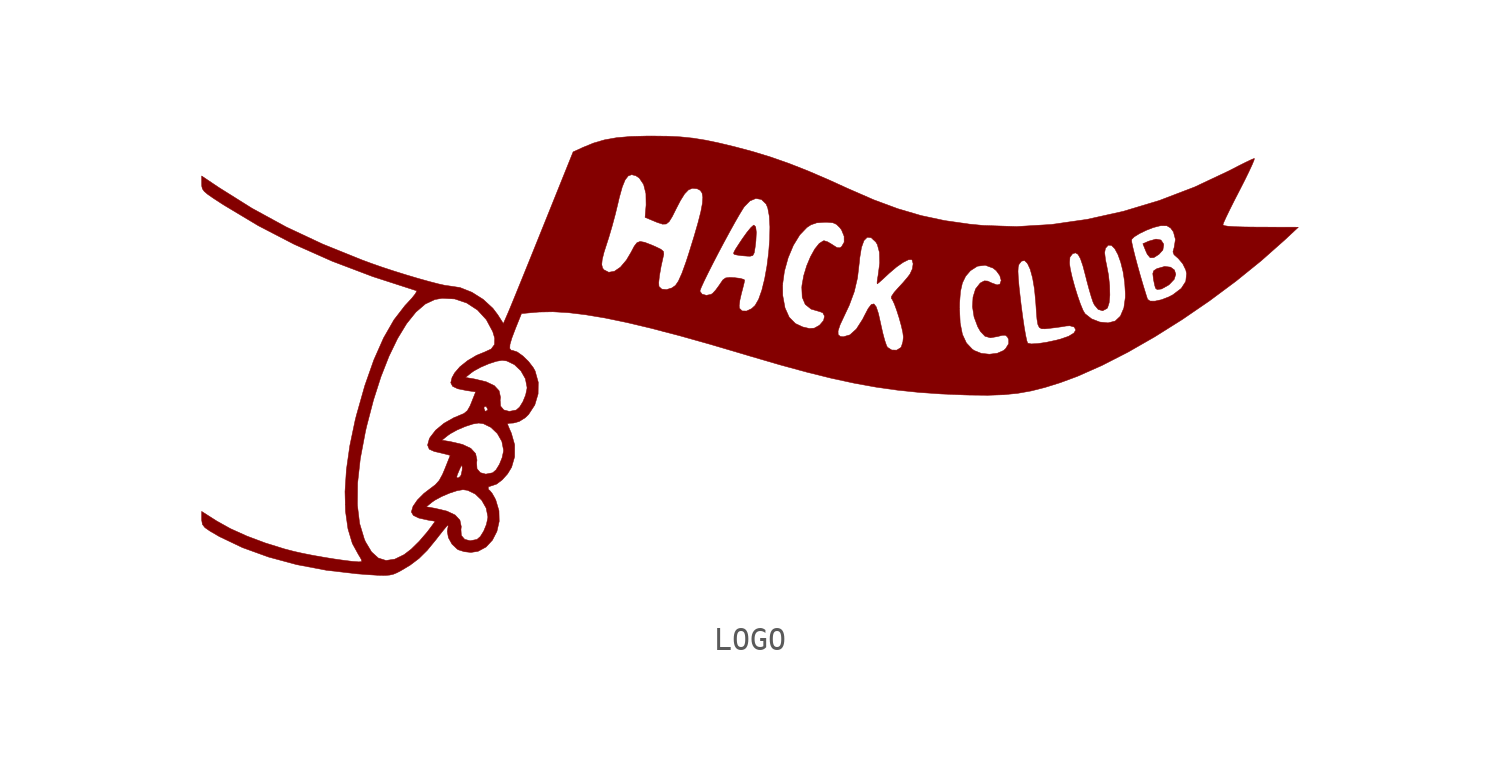
<source format=kicad_sym>
(kicad_symbol_lib
  (version 20220914)
  (generator "bitmap2component")
  (generator_version "9.0")
  (symbol "LOGO"
    (pin_names
      (offset 1.016))
    (property "Reference" "#G"
      (at 0 12.7 0)
      (effects (font (size 1.27 1.27)) hide))
    (symbol "LOGO_0_0"
      (polyline (pts (xy -15.591 -9.573) (xy -15.426 -9.536) (xy -15.274 -9.473) (xy -15.103 -9.383) (xy -14.706 -9.147) (xy -14.319 -8.855) (xy -13.963 -8.503) (xy -13.586 -8.043) (xy -13.463 -7.884) (xy -13.269 -7.639) (xy -13.13 -7.471) (xy -13.068 -7.408) (xy -13.059 -7.458) (xy -13.086 -7.611) (xy -13.097 -7.682) (xy -13.049 -7.957) (xy -12.895 -8.235) (xy -12.665 -8.454) (xy -12.613 -8.483) (xy -12.362 -8.562) (xy -12.075 -8.594) (xy -11.767 -8.546) (xy -11.423 -8.361) (xy -11.147 -8.064) (xy -10.953 -7.684) (xy -10.855 -7.251) (xy -10.866 -6.793) (xy -11 -6.339) (xy -11.046 -6.243) (xy -11.162 -6.04) (xy -11.252 -5.932) (xy -11.326 -5.865) (xy -11.324 -5.761) (xy -11.183 -5.715) (xy -11.177 -5.715) (xy -10.964 -5.641) (xy -10.722 -5.457) (xy -10.493 -5.201) (xy -10.319 -4.914) (xy -10.19 -4.466) (xy -10.188 -3.944) (xy -10.331 -3.441) (xy -10.386 -3.319) (xy -10.467 -3.128) (xy -10.499 -3.039) (xy -10.427 -3.015) (xy -10.251 -3.006) (xy -10.244 -3.006) (xy -9.992 -2.939) (xy -9.731 -2.776) (xy -9.588 -2.638) (xy -9.318 -2.226) (xy -9.175 -1.748) (xy -9.168 -1.244) (xy -9.304 -0.756) (xy -9.388 -0.606) (xy -9.59 -0.344) (xy -9.832 -0.109) (xy -10.071 0.061) (xy -10.264 0.127) (xy -10.34 0.14) (xy -10.4 0.218) (xy -10.39 0.386) (xy -10.309 0.664) (xy -10.154 1.073) (xy -9.892 1.723) (xy -9.285 1.778) (xy -9.122 1.79) (xy -8.537 1.801) (xy -7.876 1.763) (xy -7.127 1.673) (xy -6.282 1.532) (xy -5.331 1.335) (xy -4.263 1.081) (xy -3.857 0.974) (xy 3.782 0.974) (xy 3.87 1.239) (xy 4.051 1.626) (xy 4.267 2.085) (xy 4.484 2.672) (xy 4.622 3.264) (xy 4.701 3.937) (xy 4.718 4.12) (xy 4.793 4.578) (xy 4.902 4.878) (xy 5.044 5.02) (xy 5.214 5) (xy 5.302 4.918) (xy 16.459 4.918) (xy 16.462 4.926) (xy 16.582 5.043) (xy 16.812 5.184) (xy 17.103 5.324) (xy 17.406 5.441) (xy 17.674 5.51) (xy 17.755 5.521) (xy 17.988 5.515) (xy 18.146 5.421) (xy 18.269 5.252) (xy 18.355 4.927) (xy 18.301 4.58) (xy 18.295 4.564) (xy 18.249 4.39) (xy 18.294 4.268) (xy 18.455 4.125) (xy 18.477 4.107) (xy 18.671 3.877) (xy 18.803 3.608) (xy 18.837 3.451) (xy 18.802 3.112) (xy 18.606 2.809) (xy 18.245 2.535) (xy 18.067 2.442) (xy 17.756 2.322) (xy 17.472 2.26) (xy 17.258 2.263) (xy 17.152 2.339) (xy 17.098 2.504) (xy 16.968 2.926) (xy 16.836 3.374) (xy 16.712 3.818) (xy 16.604 4.226) (xy 16.52 4.566) (xy 16.469 4.807) (xy 16.459 4.918) (xy 5.302 4.918) (xy 5.412 4.815) (xy 5.479 4.706) (xy 5.57 4.365) (xy 5.582 3.909) (xy 5.511 3.365) (xy 5.493 3.266) (xy 5.468 3.08) (xy 5.473 3.006) (xy 5.474 3.006) (xy 5.551 3.064) (xy 5.714 3.208) (xy 5.929 3.408) (xy 5.991 3.466) (xy 6.309 3.736) (xy 6.595 3.936) (xy 6.82 4.048) (xy 6.956 4.056) (xy 6.982 4.032) (xy 7.025 3.875) (xy 6.992 3.652) (xy 6.888 3.427) (xy 6.789 3.296) (xy 6.596 3.068) (xy 6.372 2.825) (xy 6.205 2.637) (xy 6.089 2.464) (xy 6.085 2.377) (xy 6.125 2.329) (xy 6.213 2.142) (xy 6.285 1.947) (xy 9.028 1.947) (xy 9.032 2.187) (xy 9.069 2.675) (xy 9.153 3.046) (xy 9.293 3.335) (xy 9.5 3.576) (xy 9.801 3.769) (xy 10.137 3.812) (xy 10.475 3.689) (xy 10.618 3.575) (xy 10.636 3.55) (xy 11.554 3.55) (xy 11.564 3.735) (xy 11.595 3.844) (xy 11.705 3.988) (xy 11.837 4.013) (xy 11.949 3.906) (xy 13.777 3.906) (xy 13.799 4.162) (xy 13.911 4.306) (xy 13.916 4.309) (xy 14.038 4.346) (xy 14.147 4.282) (xy 14.25 4.101) (xy 14.359 3.785) (xy 14.482 3.318) (xy 14.52 3.164) (xy 14.622 2.783) (xy 14.719 2.451) (xy 14.794 2.226) (xy 14.851 2.103) (xy 15.019 1.902) (xy 15.21 1.845) (xy 15.398 1.942) (xy 15.423 1.975) (xy 15.492 2.19) (xy 15.522 2.521) (xy 15.512 2.933) (xy 15.464 3.386) (xy 15.377 3.845) (xy 15.334 4.046) (xy 15.297 4.357) (xy 15.332 4.543) (xy 15.456 4.679) (xy 15.594 4.667) (xy 15.735 4.526) (xy 15.871 4.276) (xy 15.993 3.937) (xy 16.094 3.529) (xy 16.163 3.071) (xy 16.193 2.582) (xy 16.192 2.425) (xy 16.127 1.962) (xy 15.978 1.613) (xy 15.753 1.4) (xy 15.446 1.321) (xy 15.087 1.357) (xy 14.735 1.494) (xy 14.449 1.718) (xy 14.364 1.863) (xy 14.25 2.139) (xy 14.125 2.498) (xy 14.002 2.896) (xy 13.894 3.292) (xy 13.815 3.642) (xy 13.777 3.903) (xy 13.777 3.906) (xy 11.949 3.906) (xy 11.964 3.892) (xy 12.082 3.638) (xy 12.185 3.263) (xy 12.267 2.78) (xy 12.322 2.201) (xy 12.346 1.837) (xy 12.374 1.482) (xy 12.413 1.252) (xy 12.475 1.123) (xy 12.573 1.069) (xy 12.723 1.065) (xy 12.937 1.088) (xy 13.135 1.111) (xy 13.428 1.151) (xy 13.631 1.186) (xy 13.793 1.196) (xy 13.97 1.147) (xy 13.987 1.135) (xy 14.052 1.013) (xy 13.965 0.878) (xy 13.743 0.743) (xy 13.399 0.623) (xy 13.199 0.571) (xy 12.774 0.48) (xy 12.405 0.426) (xy 12.127 0.412) (xy 11.975 0.443) (xy 11.975 0.443) (xy 11.937 0.546) (xy 11.884 0.789) (xy 11.823 1.145) (xy 11.758 1.587) (xy 11.692 2.087) (xy 11.664 2.323) (xy 11.603 2.864) (xy 11.567 3.266) (xy 11.554 3.55) (xy 10.636 3.55) (xy 10.769 3.365) (xy 10.829 3.154) (xy 10.773 2.992) (xy 10.651 2.961) (xy 10.417 3.046) (xy 10.24 3.127) (xy 10.101 3.135) (xy 9.949 3.057) (xy 9.916 3.033) (xy 9.721 2.785) (xy 9.612 2.434) (xy 9.589 2.019) (xy 9.657 1.578) (xy 9.817 1.152) (xy 9.935 0.947) (xy 10.13 0.743) (xy 10.364 0.677) (xy 10.675 0.732) (xy 10.885 0.786) (xy 11.019 0.784) (xy 11.097 0.714) (xy 11.152 0.604) (xy 11.153 0.422) (xy 11.021 0.208) (xy 10.933 0.128) (xy 10.661 0.009) (xy 10.321 -0.033) (xy 9.97 0.004) (xy 9.667 0.125) (xy 9.581 0.184) (xy 9.327 0.453) (xy 9.154 0.825) (xy 9.057 1.317) (xy 9.028 1.947) (xy 6.285 1.947) (xy 6.316 1.861) (xy 6.421 1.533) (xy 6.513 1.202) (xy 6.579 0.912) (xy 6.604 0.71) (xy 6.581 0.497) (xy 6.516 0.291) (xy 6.49 0.251) (xy 6.317 0.144) (xy 6.101 0.148) (xy 5.916 0.266) (xy 5.876 0.341) (xy 5.799 0.565) (xy 5.713 0.886) (xy 5.63 1.26) (xy 5.627 1.275) (xy 5.526 1.726) (xy 5.431 2.013) (xy 5.331 2.141) (xy 5.218 2.115) (xy 5.083 1.939) (xy 4.915 1.618) (xy 4.845 1.478) (xy 4.575 1.057) (xy 4.296 0.804) (xy 4.008 0.72) (xy 3.882 0.734) (xy 3.786 0.812) (xy 3.782 0.974) (xy -3.857 0.974) (xy -3.068 0.768) (xy -1.737 0.394) (xy -0.259 -0.042) (xy -0.026 -0.112) (xy 1.262 -0.488) (xy 2.424 -0.805) (xy 3.487 -1.069) (xy 4.478 -1.283) (xy 5.422 -1.454) (xy 6.347 -1.585) (xy 7.279 -1.682) (xy 8.245 -1.749) (xy 9.271 -1.792) (xy 9.456 -1.797) (xy 10.251 -1.806) (xy 10.931 -1.782) (xy 11.54 -1.722) (xy 12.122 -1.619) (xy 12.72 -1.468) (xy 13.377 -1.263) (xy 14.119 -0.989) (xy 15.178 -0.52) (xy 16.302 0.055) (xy 17.466 0.722) (xy 18.648 1.465) (xy 19.822 2.269) (xy 20.967 3.12) (xy 22.058 4.002) (xy 23.072 4.9) (xy 23.664 5.453) (xy 22.034 5.457) (xy 21.965 5.457) (xy 21.369 5.463) (xy 20.927 5.475) (xy 20.628 5.495) (xy 20.458 5.522) (xy 20.405 5.56) (xy 20.439 5.655) (xy 20.54 5.878) (xy 20.696 6.2) (xy 20.894 6.596) (xy 21.123 7.041) (xy 21.345 7.476) (xy 21.531 7.856) (xy 21.67 8.156) (xy 21.752 8.354) (xy 21.765 8.424) (xy 21.76 8.424) (xy 21.643 8.377) (xy 21.412 8.268) (xy 21.097 8.111) (xy 20.729 7.921) (xy 20.655 7.883) (xy 19.184 7.19) (xy 17.658 6.607) (xy 16.101 6.139) (xy 14.537 5.792) (xy 12.992 5.571) (xy 11.49 5.481) (xy 10.054 5.529) (xy 9.464 5.586) (xy 8.386 5.74) (xy 7.368 5.957) (xy 6.362 6.253) (xy 5.324 6.637) (xy 4.207 7.124) (xy 3.369 7.505) (xy 2.477 7.888) (xy 1.663 8.208) (xy 0.89 8.479) (xy 0.122 8.714) (xy -0.677 8.928) (xy -1.327 9.084) (xy -1.938 9.213) (xy -2.488 9.301) (xy -3.026 9.356) (xy -3.605 9.384) (xy -4.276 9.392) (xy -4.479 9.391) (xy -5.196 9.371) (xy -5.793 9.318) (xy -6.308 9.226) (xy -6.777 9.089) (xy -7.239 8.9) (xy -7.662 8.706) (xy -8.97 5.454) (xy -9.075 5.194) (xy -9.361 4.484) (xy -9.621 3.84) (xy -6.426 3.84) (xy -6.405 4.058) (xy -6.326 4.374) (xy -6.183 4.819) (xy -6.115 5.03) (xy -5.976 5.503) (xy -5.837 6.02) (xy -5.721 6.501) (xy -5.663 6.75) (xy -5.538 7.197) (xy -5.415 7.498) (xy -5.283 7.668) (xy -5.132 7.723) (xy -4.952 7.677) (xy -4.803 7.577) (xy -4.617 7.3) (xy -4.517 6.904) (xy -4.51 6.411) (xy -4.553 5.879) (xy -4.25 5.752) (xy -4.028 5.66) (xy -3.802 5.586) (xy -3.642 5.592) (xy -3.514 5.695) (xy -3.379 5.913) (xy -3.203 6.265) (xy -3.03 6.599) (xy -2.845 6.895) (xy -2.679 7.067) (xy -2.511 7.135) (xy -2.322 7.118) (xy -2.293 7.11) (xy -2.17 7.045) (xy -2.092 6.93) (xy -2.06 6.749) (xy -2.077 6.487) (xy -2.144 6.128) (xy -2.264 5.657) (xy -2.437 5.058) (xy -2.667 4.315) (xy -2.78 3.967) (xy -2.961 3.465) (xy -3.115 3.123) (xy -3.241 2.939) (xy -3.396 2.83) (xy -3.627 2.759) (xy -3.832 2.779) (xy -3.954 2.892) (xy -3.965 3.058) (xy -3.933 3.358) (xy -3.861 3.766) (xy -3.753 4.254) (xy -3.746 4.29) (xy -3.76 4.404) (xy -3.869 4.5) (xy -4.105 4.614) (xy -4.278 4.688) (xy -4.573 4.802) (xy -4.769 4.837) (xy -4.905 4.783) (xy -5.021 4.633) (xy -5.156 4.377) (xy -5.359 4.034) (xy -5.618 3.728) (xy -5.879 3.549) (xy -6.123 3.507) (xy -6.333 3.615) (xy -6.39 3.693) (xy -6.426 3.84) (xy -9.621 3.84) (xy -9.632 3.814) (xy -9.879 3.203) (xy -10.09 2.686) (xy -2.185 2.686) (xy -2.183 2.706) (xy -2.127 2.857) (xy -2.006 3.121) (xy -1.833 3.474) (xy -1.623 3.89) (xy -1.388 4.344) (xy -1.141 4.809) (xy -0.896 5.261) (xy -0.667 5.674) (xy -0.466 6.023) (xy -0.307 6.282) (xy -0.268 6.339) (xy -0.023 6.589) (xy 0.231 6.695) (xy 0.471 6.653) (xy 0.673 6.457) (xy 0.745 6.288) (xy 0.812 5.93) (xy 0.838 5.467) (xy 0.828 4.931) (xy 0.784 4.356) (xy 0.711 3.776) (xy 0.612 3.224) (xy 0.55 2.975) (xy 1.386 2.975) (xy 1.466 3.555) (xy 1.626 4.133) (xy 1.851 4.669) (xy 2.127 5.119) (xy 2.438 5.444) (xy 2.611 5.557) (xy 2.858 5.643) (xy 3.191 5.668) (xy 3.319 5.668) (xy 3.557 5.646) (xy 3.715 5.576) (xy 3.859 5.435) (xy 3.933 5.335) (xy 4.044 5.064) (xy 4.046 4.804) (xy 3.933 4.611) (xy 3.859 4.564) (xy 3.738 4.572) (xy 3.556 4.686) (xy 3.53 4.705) (xy 3.333 4.821) (xy 3.186 4.868) (xy 3.146 4.864) (xy 2.967 4.75) (xy 2.777 4.511) (xy 2.592 4.178) (xy 2.427 3.785) (xy 2.299 3.363) (xy 2.224 2.945) (xy 2.216 2.855) (xy 2.234 2.428) (xy 2.365 2.119) (xy 2.619 1.916) (xy 3.006 1.803) (xy 3.124 1.755) (xy 3.199 1.611) (xy 3.157 1.424) (xy 2.999 1.238) (xy 2.951 1.201) (xy 2.755 1.093) (xy 2.546 1.078) (xy 2.256 1.145) (xy 1.941 1.292) (xy 1.671 1.566) (xy 1.491 1.967) (xy 1.392 2.508) (xy 1.386 2.975) (xy 0.55 2.975) (xy 0.491 2.734) (xy 0.351 2.339) (xy 0.197 2.072) (xy 0.047 1.934) (xy -0.17 1.832) (xy -0.361 1.837) (xy -0.48 1.955) (xy -0.489 2.065) (xy -0.459 2.301) (xy -0.393 2.588) (xy -0.331 2.821) (xy -0.275 3.048) (xy -0.254 3.166) (xy -0.286 3.197) (xy -0.444 3.243) (xy -0.69 3.273) (xy -0.897 3.283) (xy -1.074 3.263) (xy -1.192 3.179) (xy -1.313 3.005) (xy -1.348 2.951) (xy -1.504 2.738) (xy -1.635 2.596) (xy -1.705 2.551) (xy -1.905 2.511) (xy -2.088 2.56) (xy -2.185 2.686) (xy -10.09 2.686) (xy -10.095 2.672) (xy -10.272 2.239) (xy -10.402 1.923) (xy -10.477 1.746) (xy -10.675 1.291) (xy -10.917 1.672) (xy -11.129 1.952) (xy -11.546 2.336) (xy -12.033 2.643) (xy -12.547 2.847) (xy -13.041 2.921) (xy -13.187 2.94) (xy -13.481 3.005) (xy -13.879 3.108) (xy -14.351 3.24) (xy -14.866 3.393) (xy -15.393 3.557) (xy -15.902 3.724) (xy -16.363 3.885) (xy -16.776 4.037) (xy -18.473 4.722) (xy -20.047 5.46) (xy -21.533 6.271) (xy -22.966 7.17) (xy -23.707 7.667) (xy -23.706 7.347) (xy -23.702 7.222) (xy -23.673 7.109) (xy -23.596 7.001) (xy -23.447 6.874) (xy -23.202 6.704) (xy -22.838 6.467) (xy -22.747 6.409) (xy -21.26 5.518) (xy -19.709 4.714) (xy -18.07 3.985) (xy -16.317 3.321) (xy -14.425 2.709) (xy -14.417 2.69) (xy -14.479 2.575) (xy -14.631 2.384) (xy -14.852 2.145) (xy -14.924 2.069) (xy -15.401 1.452) (xy -15.85 0.669) (xy -16.27 -0.28) (xy -16.661 -1.392) (xy -17.022 -2.667) (xy -17.079 -2.893) (xy -17.308 -3.987) (xy -17.454 -5.016) (xy -17.515 -5.966) (xy -17.501 -6.538) (xy -16.982 -6.538) (xy -16.972 -5.603) (xy -16.854 -4.542) (xy -16.63 -3.358) (xy -16.573 -3.114) (xy -16.286 -2.014) (xy -15.966 -1.014) (xy -15.617 -0.125) (xy -15.245 0.645) (xy -14.855 1.286) (xy -14.453 1.787) (xy -14.044 2.138) (xy -13.632 2.33) (xy -13.315 2.385) (xy -12.774 2.355) (xy -12.258 2.18) (xy -11.794 1.877) (xy -11.41 1.459) (xy -11.133 0.942) (xy -11.05 0.661) (xy -11.057 0.387) (xy -11.2 0.193) (xy -11.488 0.06) (xy -11.834 -0.081) (xy -12.219 -0.309) (xy -12.553 -0.576) (xy -12.781 -0.841) (xy -12.889 -1.037) (xy -12.313 -1.037) (xy -12.062 -0.836) (xy -11.947 -0.754) (xy -11.649 -0.592) (xy -11.304 -0.445) (xy -10.976 -0.338) (xy -10.727 -0.296) (xy -10.525 -0.324) (xy -10.196 -0.484) (xy -9.917 -0.752) (xy -9.724 -1.091) (xy -9.652 -1.462) (xy -9.655 -1.521) (xy -9.714 -1.798) (xy -9.83 -2.083) (xy -9.975 -2.318) (xy -10.121 -2.445) (xy -10.418 -2.502) (xy -10.655 -2.44) (xy -10.797 -2.272) (xy -10.814 -2.017) (xy -10.799 -1.893) (xy -10.859 -1.613) (xy -11.064 -1.391) (xy -11.421 -1.222) (xy -11.935 -1.1) (xy -12.313 -1.037) (xy -12.889 -1.037) (xy -12.893 -1.045) (xy -12.947 -1.265) (xy -12.868 -1.419) (xy -12.645 -1.525) (xy -12.265 -1.602) (xy -11.872 -1.659) (xy -12.048 -2.106) (xy -12.116 -2.271) (xy -12.17 -2.366) (xy -11.515 -2.366) (xy -11.503 -2.305) (xy -11.43 -2.286) (xy -11.407 -2.303) (xy -11.345 -2.418) (xy -11.348 -2.437) (xy -11.43 -2.498) (xy -11.47 -2.482) (xy -11.515 -2.366) (xy -12.17 -2.366) (xy -12.23 -2.471) (xy -12.378 -2.593) (xy -12.61 -2.691) (xy -12.81 -2.773) (xy -13.239 -3.016) (xy -13.599 -3.313) (xy -13.841 -3.626) (xy -13.877 -3.697) (xy -13.89 -3.747) (xy -13.329 -3.747) (xy -13.078 -3.545) (xy -12.963 -3.464) (xy -12.665 -3.301) (xy -12.32 -3.154) (xy -11.992 -3.047) (xy -11.743 -3.006) (xy -11.541 -3.033) (xy -11.212 -3.193) (xy -10.933 -3.461) (xy -10.74 -3.8) (xy -10.668 -4.172) (xy -10.671 -4.231) (xy -10.73 -4.507) (xy -10.846 -4.792) (xy -10.991 -5.028) (xy -11.137 -5.154) (xy -11.434 -5.212) (xy -11.671 -5.149) (xy -11.813 -4.981) (xy -11.83 -4.726) (xy -11.815 -4.603) (xy -11.875 -4.323) (xy -12.08 -4.1) (xy -12.437 -3.931) (xy -12.951 -3.81) (xy -13.329 -3.747) (xy -13.89 -3.747) (xy -13.949 -3.959) (xy -13.876 -4.136) (xy -13.656 -4.235) (xy -13.461 -4.278) (xy -13.195 -4.343) (xy -12.97 -4.403) (xy -13.203 -4.987) (xy -13.306 -5.231) (xy -13.368 -5.343) (xy -12.693 -5.343) (xy -12.666 -5.241) (xy -12.576 -5.026) (xy -12.511 -4.886) (xy -12.464 -4.835) (xy -12.449 -4.925) (xy -12.456 -5.046) (xy -12.498 -5.242) (xy -12.533 -5.309) (xy -12.624 -5.376) (xy -12.662 -5.374) (xy -12.693 -5.343) (xy -13.368 -5.343) (xy -13.446 -5.485) (xy -13.614 -5.672) (xy -13.851 -5.851) (xy -14.108 -6.047) (xy -14.388 -6.328) (xy -14.578 -6.604) (xy -14.584 -6.625) (xy -14.006 -6.625) (xy -13.755 -6.423) (xy -13.64 -6.342) (xy -13.342 -6.18) (xy -12.997 -6.033) (xy -12.669 -5.926) (xy -12.42 -5.884) (xy -12.218 -5.912) (xy -11.889 -6.072) (xy -11.611 -6.34) (xy -11.418 -6.679) (xy -11.345 -7.051) (xy -11.348 -7.109) (xy -11.407 -7.386) (xy -11.523 -7.671) (xy -11.668 -7.906) (xy -11.814 -8.033) (xy -12.111 -8.091) (xy -12.348 -8.028) (xy -12.491 -7.86) (xy -12.507 -7.605) (xy -12.493 -7.481) (xy -12.552 -7.201) (xy -12.757 -6.979) (xy -13.114 -6.81) (xy -13.628 -6.688) (xy -14.006 -6.625) (xy -14.584 -6.625) (xy -14.647 -6.836) (xy -14.647 -6.852) (xy -14.563 -6.995) (xy -14.332 -7.108) (xy -13.943 -7.196) (xy -13.619 -7.249) (xy -13.85 -7.561) (xy -13.964 -7.711) (xy -14.309 -8.113) (xy -14.656 -8.454) (xy -14.962 -8.689) (xy -15.364 -8.885) (xy -15.744 -8.942) (xy -16.077 -8.837) (xy -16.37 -8.57) (xy -16.629 -8.138) (xy -16.679 -8.025) (xy -16.884 -7.346) (xy -16.982 -6.538) (xy -17.501 -6.538) (xy -17.493 -6.824) (xy -17.387 -7.576) (xy -17.198 -8.208) (xy -16.925 -8.706) (xy -16.903 -8.737) (xy -16.809 -8.9) (xy -16.795 -8.991) (xy -16.8 -8.994) (xy -16.925 -9.002) (xy -17.181 -8.983) (xy -17.536 -8.94) (xy -17.96 -8.88) (xy -18.42 -8.806) (xy -18.887 -8.724) (xy -19.328 -8.637) (xy -19.712 -8.552) (xy -20.13 -8.443) (xy -20.961 -8.185) (xy -21.753 -7.888) (xy -22.465 -7.567) (xy -23.051 -7.241) (xy -23.707 -6.823) (xy -23.707 -7.137) (xy -23.705 -7.208) (xy -23.673 -7.386) (xy -23.566 -7.522) (xy -23.347 -7.674) (xy -22.944 -7.909) (xy -21.944 -8.386) (xy -20.822 -8.792) (xy -19.603 -9.121) (xy -18.313 -9.366) (xy -16.976 -9.52) (xy -16.481 -9.557) (xy -16.087 -9.582) (xy -15.801 -9.588) (xy -15.591 -9.573)) (stroke (width 0.01) (type default)) (fill (type outline)))
      (polyline (pts (xy 0.1 4.232) (xy 0.16 4.346) (xy 0.2 4.584) (xy 0.233 4.86) (xy 0.252 5.235) (xy 0.224 5.466) (xy 0.148 5.544) (xy 0.13 5.538) (xy 0.017 5.438) (xy -0.149 5.238) (xy -0.339 4.973) (xy -0.491 4.745) (xy -0.643 4.512) (xy -0.719 4.373) (xy -0.727 4.303) (xy -0.676 4.271) (xy -0.577 4.251) (xy -0.378 4.223) (xy -0.117 4.203) (xy -0.014 4.201) (xy 0.1 4.232)) (stroke (width 0.01) (type default)) (fill (type outline)))
      (polyline (pts (xy 17.755 2.786) (xy 18.043 2.945) (xy 18.089 2.978) (xy 18.302 3.202) (xy 18.37 3.421) (xy 18.311 3.606) (xy 18.145 3.728) (xy 17.891 3.758) (xy 17.567 3.667) (xy 17.537 3.653) (xy 17.415 3.571) (xy 17.378 3.448) (xy 17.404 3.223) (xy 17.417 3.148) (xy 17.462 2.933) (xy 17.498 2.815) (xy 17.566 2.762) (xy 17.755 2.786)) (stroke (width 0.01) (type default)) (fill (type outline)))
      (polyline (pts (xy 17.421 4.14) (xy 17.646 4.285) (xy 17.813 4.47) (xy 17.848 4.688) (xy 17.84 4.736) (xy 17.73 4.9) (xy 17.515 4.939) (xy 17.205 4.852) (xy 16.948 4.741) (xy 17.076 4.424) (xy 17.14 4.284) (xy 17.264 4.137) (xy 17.421 4.14)) (stroke (width 0.01) (type default)) (fill (type outline))))))
</source>
